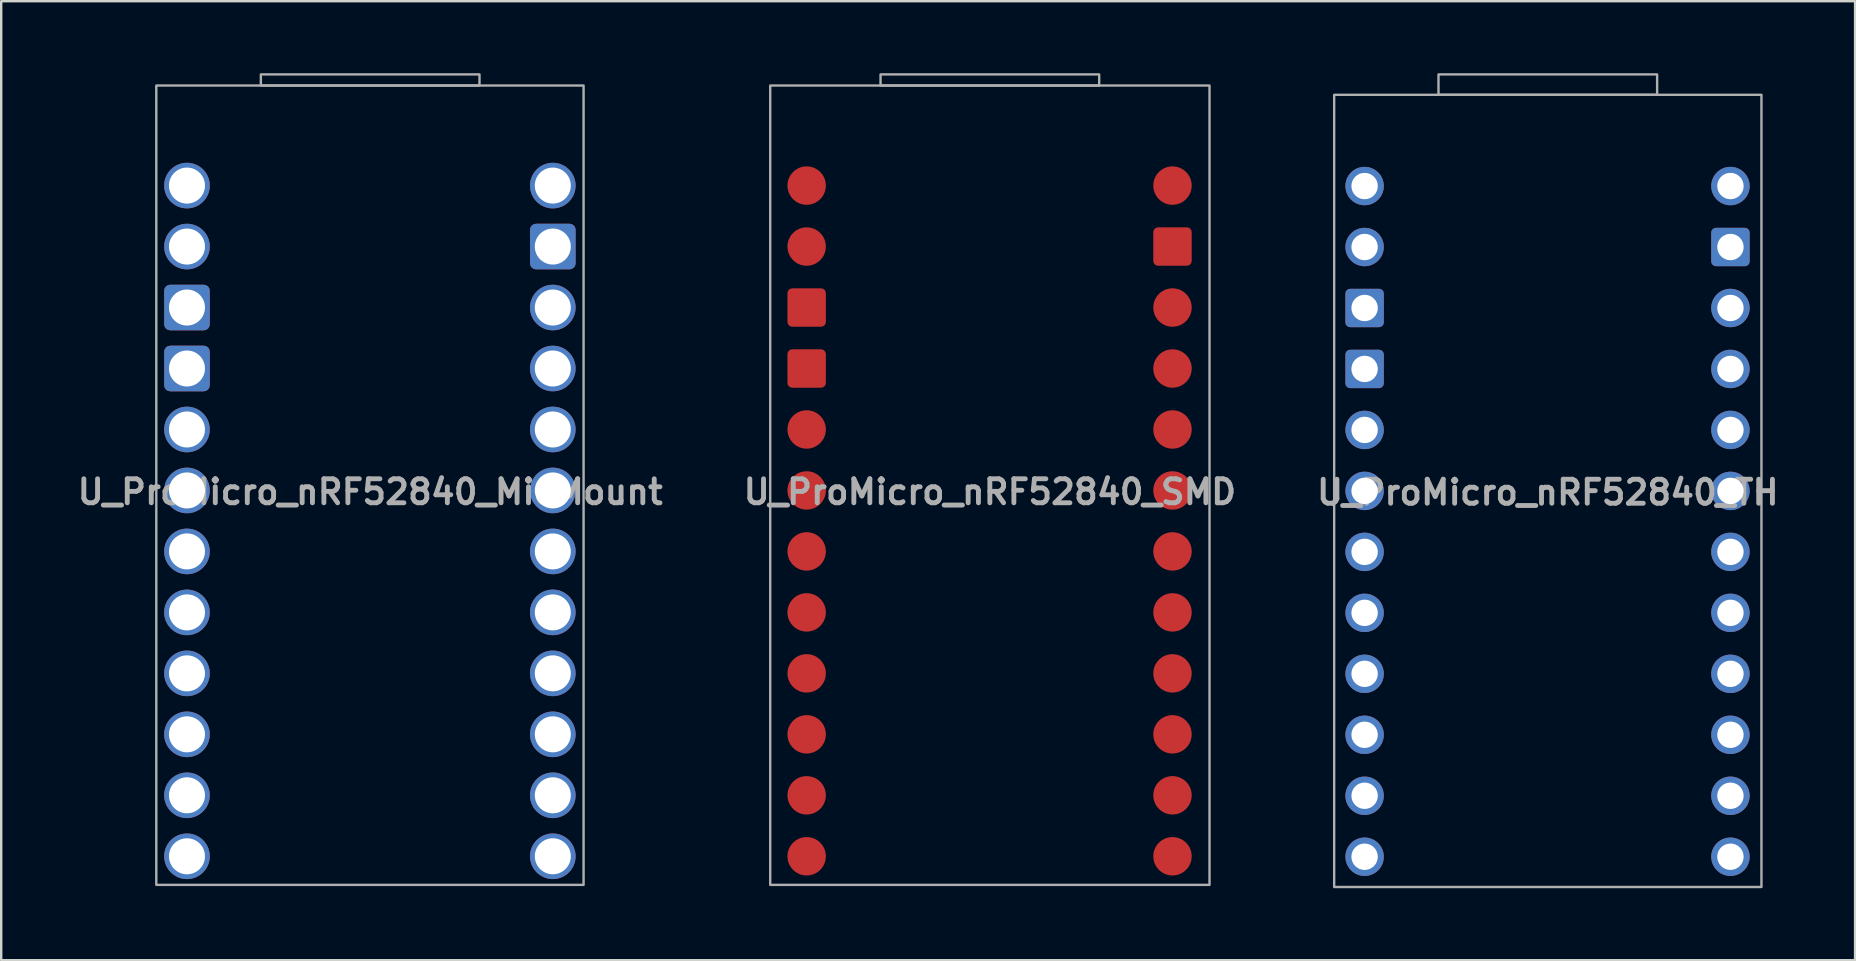
<source format=kicad_pcb>
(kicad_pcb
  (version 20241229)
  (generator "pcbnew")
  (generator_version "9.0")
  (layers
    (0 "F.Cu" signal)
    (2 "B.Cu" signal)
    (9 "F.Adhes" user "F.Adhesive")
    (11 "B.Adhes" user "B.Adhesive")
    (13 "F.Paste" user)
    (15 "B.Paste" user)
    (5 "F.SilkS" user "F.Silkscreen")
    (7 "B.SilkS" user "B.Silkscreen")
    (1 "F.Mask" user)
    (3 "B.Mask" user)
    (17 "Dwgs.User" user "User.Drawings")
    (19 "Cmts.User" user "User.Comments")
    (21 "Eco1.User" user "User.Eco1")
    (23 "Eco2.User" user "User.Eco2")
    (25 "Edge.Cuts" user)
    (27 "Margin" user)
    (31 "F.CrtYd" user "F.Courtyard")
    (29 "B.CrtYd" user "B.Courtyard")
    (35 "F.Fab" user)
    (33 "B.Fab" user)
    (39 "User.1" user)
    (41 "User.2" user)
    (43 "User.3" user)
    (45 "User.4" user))
  (footprint "U_ProMicro_nRF52840_MidMount"
    (layer "F.Cu")
    (at 12.371 17.163)
    (property "Reference" "U_ProMicro_nRF52840_MidMount" (at 0 0.28 0) (layer "F.Fab") (effects (font (size 1 1) (thickness 0.203))))
    (attr through_hole)
    (fp_rect (start -4.554 -16.65) (end 4.554 -17.113) (stroke (width 0.1) (type default)) (fill no) (layer "F.Fab"))
    (fp_rect (start 8.89 -16.65) (end -8.91 16.65) (stroke (width 0.1) (type solid)) (fill no) (layer "F.Fab"))
    (pad "1" thru_hole oval (at -7.632 -12.482) (size 1.9 1.9) (drill 1.5) (layers "*.Cu" "*.Paste" "*.Mask"))
    (pad "2" thru_hole oval (at -7.632 -9.942) (size 1.9 1.9) (drill 1.5) (layers "*.Cu" "*.Paste" "*.Mask"))
    (pad "3" thru_hole roundrect (at -7.632 -7.402) (size 1.9 1.9) (drill 1.5) (layers "*.Cu" "*.Paste" "*.Mask") (roundrect_rratio 0.132))
    (pad "4" thru_hole roundrect (at -7.632 -4.862) (size 1.9 1.9) (drill 1.5) (layers "*.Cu" "*.Paste" "*.Mask") (roundrect_rratio 0.132))
    (pad "5" thru_hole oval (at -7.632 -2.322) (size 1.9 1.9) (drill 1.5) (layers "*.Cu" "*.Paste" "*.Mask"))
    (pad "6" thru_hole oval (at -7.632 0.218) (size 1.9 1.9) (drill 1.5) (layers "*.Cu" "*.Paste" "*.Mask"))
    (pad "7" thru_hole oval (at -7.632 2.758) (size 1.9 1.9) (drill 1.5) (layers "*.Cu" "*.Paste" "*.Mask"))
    (pad "8" thru_hole oval (at -7.632 5.298) (size 1.9 1.9) (drill 1.5) (layers "*.Cu" "*.Paste" "*.Mask"))
    (pad "9" thru_hole oval (at -7.632 7.838) (size 1.9 1.9) (drill 1.5) (layers "*.Cu" "*.Paste" "*.Mask"))
    (pad "10" thru_hole oval (at -7.632 10.378) (size 1.9 1.9) (drill 1.5) (layers "*.Cu" "*.Paste" "*.Mask"))
    (pad "11" thru_hole oval (at -7.632 12.918) (size 1.9 1.9) (drill 1.5) (layers "*.Cu" "*.Paste" "*.Mask"))
    (pad "12" thru_hole oval (at -7.632 15.458) (size 1.9 1.9) (drill 1.5) (layers "*.Cu" "*.Paste" "*.Mask"))
    (pad "13" thru_hole oval (at 7.608 15.458) (size 1.9 1.9) (drill 1.5) (layers "*.Cu" "*.Paste" "*.Mask"))
    (pad "14" thru_hole oval (at 7.608 12.918) (size 1.9 1.9) (drill 1.5) (layers "*.Cu" "*.Paste" "*.Mask"))
    (pad "15" thru_hole oval (at 7.608 10.378) (size 1.9 1.9) (drill 1.5) (layers "*.Cu" "*.Paste" "*.Mask"))
    (pad "16" thru_hole oval (at 7.608 7.838) (size 1.9 1.9) (drill 1.5) (layers "*.Cu" "*.Paste" "*.Mask"))
    (pad "17" thru_hole oval (at 7.608 5.298) (size 1.9 1.9) (drill 1.5) (layers "*.Cu" "*.Paste" "*.Mask"))
    (pad "18" thru_hole oval (at 7.608 2.758) (size 1.9 1.9) (drill 1.5) (layers "*.Cu" "*.Paste" "*.Mask"))
    (pad "19" thru_hole oval (at 7.608 0.218) (size 1.9 1.9) (drill 1.5) (layers "*.Cu" "*.Paste" "*.Mask"))
    (pad "20" thru_hole oval (at 7.608 -2.322) (size 1.9 1.9) (drill 1.5) (layers "*.Cu" "*.Paste" "*.Mask"))
    (pad "21" thru_hole oval (at 7.608 -4.862) (size 1.9 1.9) (drill 1.5) (layers "*.Cu" "*.Paste" "*.Mask"))
    (pad "22" thru_hole oval (at 7.608 -7.402) (size 1.9 1.9) (drill 1.5) (layers "*.Cu" "*.Paste" "*.Mask"))
    (pad "23" thru_hole roundrect (at 7.608 -9.942) (size 1.9 1.9) (drill 1.5) (layers "*.Cu" "*.Paste" "*.Mask") (roundrect_rratio 0.132))
    (pad "24" thru_hole oval (at 7.608 -12.482) (size 1.9 1.9) (drill 1.5) (layers "*.Cu" "*.Paste" "*.Mask")))
  (footprint "U_ProMicro_nRF52840_SMD"
    (layer "F.Cu")
    (at 38.186 17.163)
    (property "Reference" "U_ProMicro_nRF52840_SMD" (at 0 0.28 0) (layer "F.Fab") (effects (font (size 1 1) (thickness 0.203))))
    (attr through_hole)
    (fp_rect (start -4.554 -16.65) (end 4.554 -17.113) (stroke (width 0.1) (type default)) (fill no) (layer "F.Fab"))
    (fp_rect (start 9.15 -16.65) (end -9.15 16.65) (stroke (width 0.1) (type solid)) (fill no) (layer "F.Fab"))
    (pad "1" smd circle (at -7.632 -12.482 90) (size 1.6 1.6) (layers "F.Cu" "F.Mask" "F.Paste"))
    (pad "2" smd circle (at -7.632 -9.942 90) (size 1.6 1.6) (layers "F.Cu" "F.Mask" "F.Paste"))
    (pad "3" smd roundrect (at -7.632 -7.402 90) (size 1.6 1.6) (layers "F.Cu" "F.Mask" "F.Paste") (roundrect_rratio 0.125))
    (pad "4" smd roundrect (at -7.632 -4.862 90) (size 1.6 1.6) (layers "F.Cu" "F.Mask" "F.Paste") (roundrect_rratio 0.125))
    (pad "5" smd circle (at -7.632 -2.322 90) (size 1.6 1.6) (layers "F.Cu" "F.Mask" "F.Paste"))
    (pad "6" smd circle (at -7.632 0.218 90) (size 1.6 1.6) (layers "F.Cu" "F.Mask" "F.Paste"))
    (pad "7" smd circle (at -7.632 2.758 90) (size 1.6 1.6) (layers "F.Cu" "F.Mask" "F.Paste"))
    (pad "8" smd circle (at -7.632 5.298 90) (size 1.6 1.6) (layers "F.Cu" "F.Mask" "F.Paste"))
    (pad "9" smd circle (at -7.632 7.838 90) (size 1.6 1.6) (layers "F.Cu" "F.Mask" "F.Paste"))
    (pad "10" smd circle (at -7.632 10.378 90) (size 1.6 1.6) (layers "F.Cu" "F.Mask" "F.Paste"))
    (pad "11" smd circle (at -7.632 12.918 90) (size 1.6 1.6) (layers "F.Cu" "F.Mask" "F.Paste"))
    (pad "12" smd circle (at -7.632 15.458 90) (size 1.6 1.6) (layers "F.Cu" "F.Mask" "F.Paste"))
    (pad "13" smd circle (at 7.608 15.458 90) (size 1.6 1.6) (layers "F.Cu" "F.Mask" "F.Paste"))
    (pad "14" smd circle (at 7.608 12.918 90) (size 1.6 1.6) (layers "F.Cu" "F.Mask" "F.Paste"))
    (pad "15" smd circle (at 7.608 10.378 90) (size 1.6 1.6) (layers "F.Cu" "F.Mask" "F.Paste"))
    (pad "16" smd circle (at 7.608 7.838 90) (size 1.6 1.6) (layers "F.Cu" "F.Mask" "F.Paste"))
    (pad "17" smd circle (at 7.608 5.298 90) (size 1.6 1.6) (layers "F.Cu" "F.Mask" "F.Paste"))
    (pad "18" smd circle (at 7.608 2.758 90) (size 1.6 1.6) (layers "F.Cu" "F.Mask" "F.Paste"))
    (pad "19" smd circle (at 7.608 0.218 90) (size 1.6 1.6) (layers "F.Cu" "F.Mask" "F.Paste"))
    (pad "20" smd circle (at 7.608 -2.322 90) (size 1.6 1.6) (layers "F.Cu" "F.Mask" "F.Paste"))
    (pad "21" smd circle (at 7.608 -4.862 90) (size 1.6 1.6) (layers "F.Cu" "F.Mask" "F.Paste"))
    (pad "22" smd circle (at 7.608 -7.402 90) (size 1.6 1.6) (layers "F.Cu" "F.Mask" "F.Paste"))
    (pad "23" smd roundrect (at 7.608 -9.942 90) (size 1.6 1.6) (layers "F.Cu" "F.Mask" "F.Paste") (roundrect_rratio 0.125))
    (pad "24" smd circle (at 7.608 -12.482 90) (size 1.6 1.6) (layers "F.Cu" "F.Mask" "F.Paste")))
  (footprint "U_ProMicro_nRF52840_TH"
    (layer "F.Cu")
    (at 61.429 17.182)
    (property "Reference" "U_ProMicro_nRF52840_TH" (at 0 0.28 0) (layer "F.Fab") (effects (font (size 1 1) (thickness 0.203))))
    (attr through_hole)
    (fp_rect (start -4.554 -16.282) (end 4.554 -17.132) (stroke (width 0.1) (type solid)) (fill no) (layer "F.Fab"))
    (fp_rect (start 8.9 -16.282) (end -8.9 16.718) (stroke (width 0.1) (type solid)) (fill no) (layer "F.Fab"))
    (pad "1" thru_hole circle (at -7.632 -12.482 90) (size 1.6 1.6) (drill 1.1) (layers "*.Cu" "*.Mask"))
    (pad "2" thru_hole circle (at -7.632 -9.942 90) (size 1.6 1.6) (drill 1.1) (layers "*.Cu" "*.Mask"))
    (pad "3" thru_hole roundrect (at -7.632 -7.402 90) (size 1.6 1.6) (drill 1.1) (layers "*.Cu" "*.Mask") (roundrect_rratio 0.125))
    (pad "4" thru_hole roundrect (at -7.632 -4.862 90) (size 1.6 1.6) (drill 1.1) (layers "*.Cu" "*.Mask") (roundrect_rratio 0.125))
    (pad "5" thru_hole circle (at -7.632 -2.322 90) (size 1.6 1.6) (drill 1.1) (layers "*.Cu" "*.Mask"))
    (pad "6" thru_hole circle (at -7.632 0.218 90) (size 1.6 1.6) (drill 1.1) (layers "*.Cu" "*.Mask"))
    (pad "7" thru_hole circle (at -7.632 2.758 90) (size 1.6 1.6) (drill 1.1) (layers "*.Cu" "*.Mask"))
    (pad "8" thru_hole circle (at -7.632 5.298 90) (size 1.6 1.6) (drill 1.1) (layers "*.Cu" "*.Mask"))
    (pad "9" thru_hole circle (at -7.632 7.838 90) (size 1.6 1.6) (drill 1.1) (layers "*.Cu" "*.Mask"))
    (pad "10" thru_hole circle (at -7.632 10.378 90) (size 1.6 1.6) (drill 1.1) (layers "*.Cu" "*.Mask"))
    (pad "11" thru_hole circle (at -7.632 12.918 90) (size 1.6 1.6) (drill 1.1) (layers "*.Cu" "*.Mask"))
    (pad "12" thru_hole circle (at -7.632 15.458 90) (size 1.6 1.6) (drill 1.1) (layers "*.Cu" "*.Mask"))
    (pad "13" thru_hole circle (at 7.608 15.458 270) (size 1.6 1.6) (drill 1.1) (layers "*.Cu" "*.Mask"))
    (pad "14" thru_hole circle (at 7.608 12.918 270) (size 1.6 1.6) (drill 1.1) (layers "*.Cu" "*.Mask"))
    (pad "15" thru_hole circle (at 7.608 10.378 270) (size 1.6 1.6) (drill 1.1) (layers "*.Cu" "*.Mask"))
    (pad "16" thru_hole circle (at 7.608 7.838 270) (size 1.6 1.6) (drill 1.1) (layers "*.Cu" "*.Mask"))
    (pad "17" thru_hole circle (at 7.608 5.298 270) (size 1.6 1.6) (drill 1.1) (layers "*.Cu" "*.Mask"))
    (pad "18" thru_hole circle (at 7.608 2.758 270) (size 1.6 1.6) (drill 1.1) (layers "*.Cu" "*.Mask"))
    (pad "19" thru_hole circle (at 7.608 0.218 270) (size 1.6 1.6) (drill 1.1) (layers "*.Cu" "*.Mask"))
    (pad "20" thru_hole circle (at 7.608 -2.322 270) (size 1.6 1.6) (drill 1.1) (layers "*.Cu" "*.Mask"))
    (pad "21" thru_hole circle (at 7.608 -4.862 270) (size 1.6 1.6) (drill 1.1) (layers "*.Cu" "*.Mask"))
    (pad "22" thru_hole circle (at 7.608 -7.402 270) (size 1.6 1.6) (drill 1.1) (layers "*.Cu" "*.Mask"))
    (pad "23" thru_hole roundrect (at 7.608 -9.942 270) (size 1.6 1.6) (drill 1.1) (layers "*.Cu" "*.Mask") (roundrect_rratio 0.125))
    (pad "24" thru_hole circle (at 7.608 -12.482 270) (size 1.6 1.6) (drill 1.1) (layers "*.Cu" "*.Mask")))
  (gr_rect
    (start -3 -3)
    (end 74.229 36.95)
    (stroke (width 0.1) (type default))
    (fill no)
    (layer "Edge.Cuts")))
</source>
